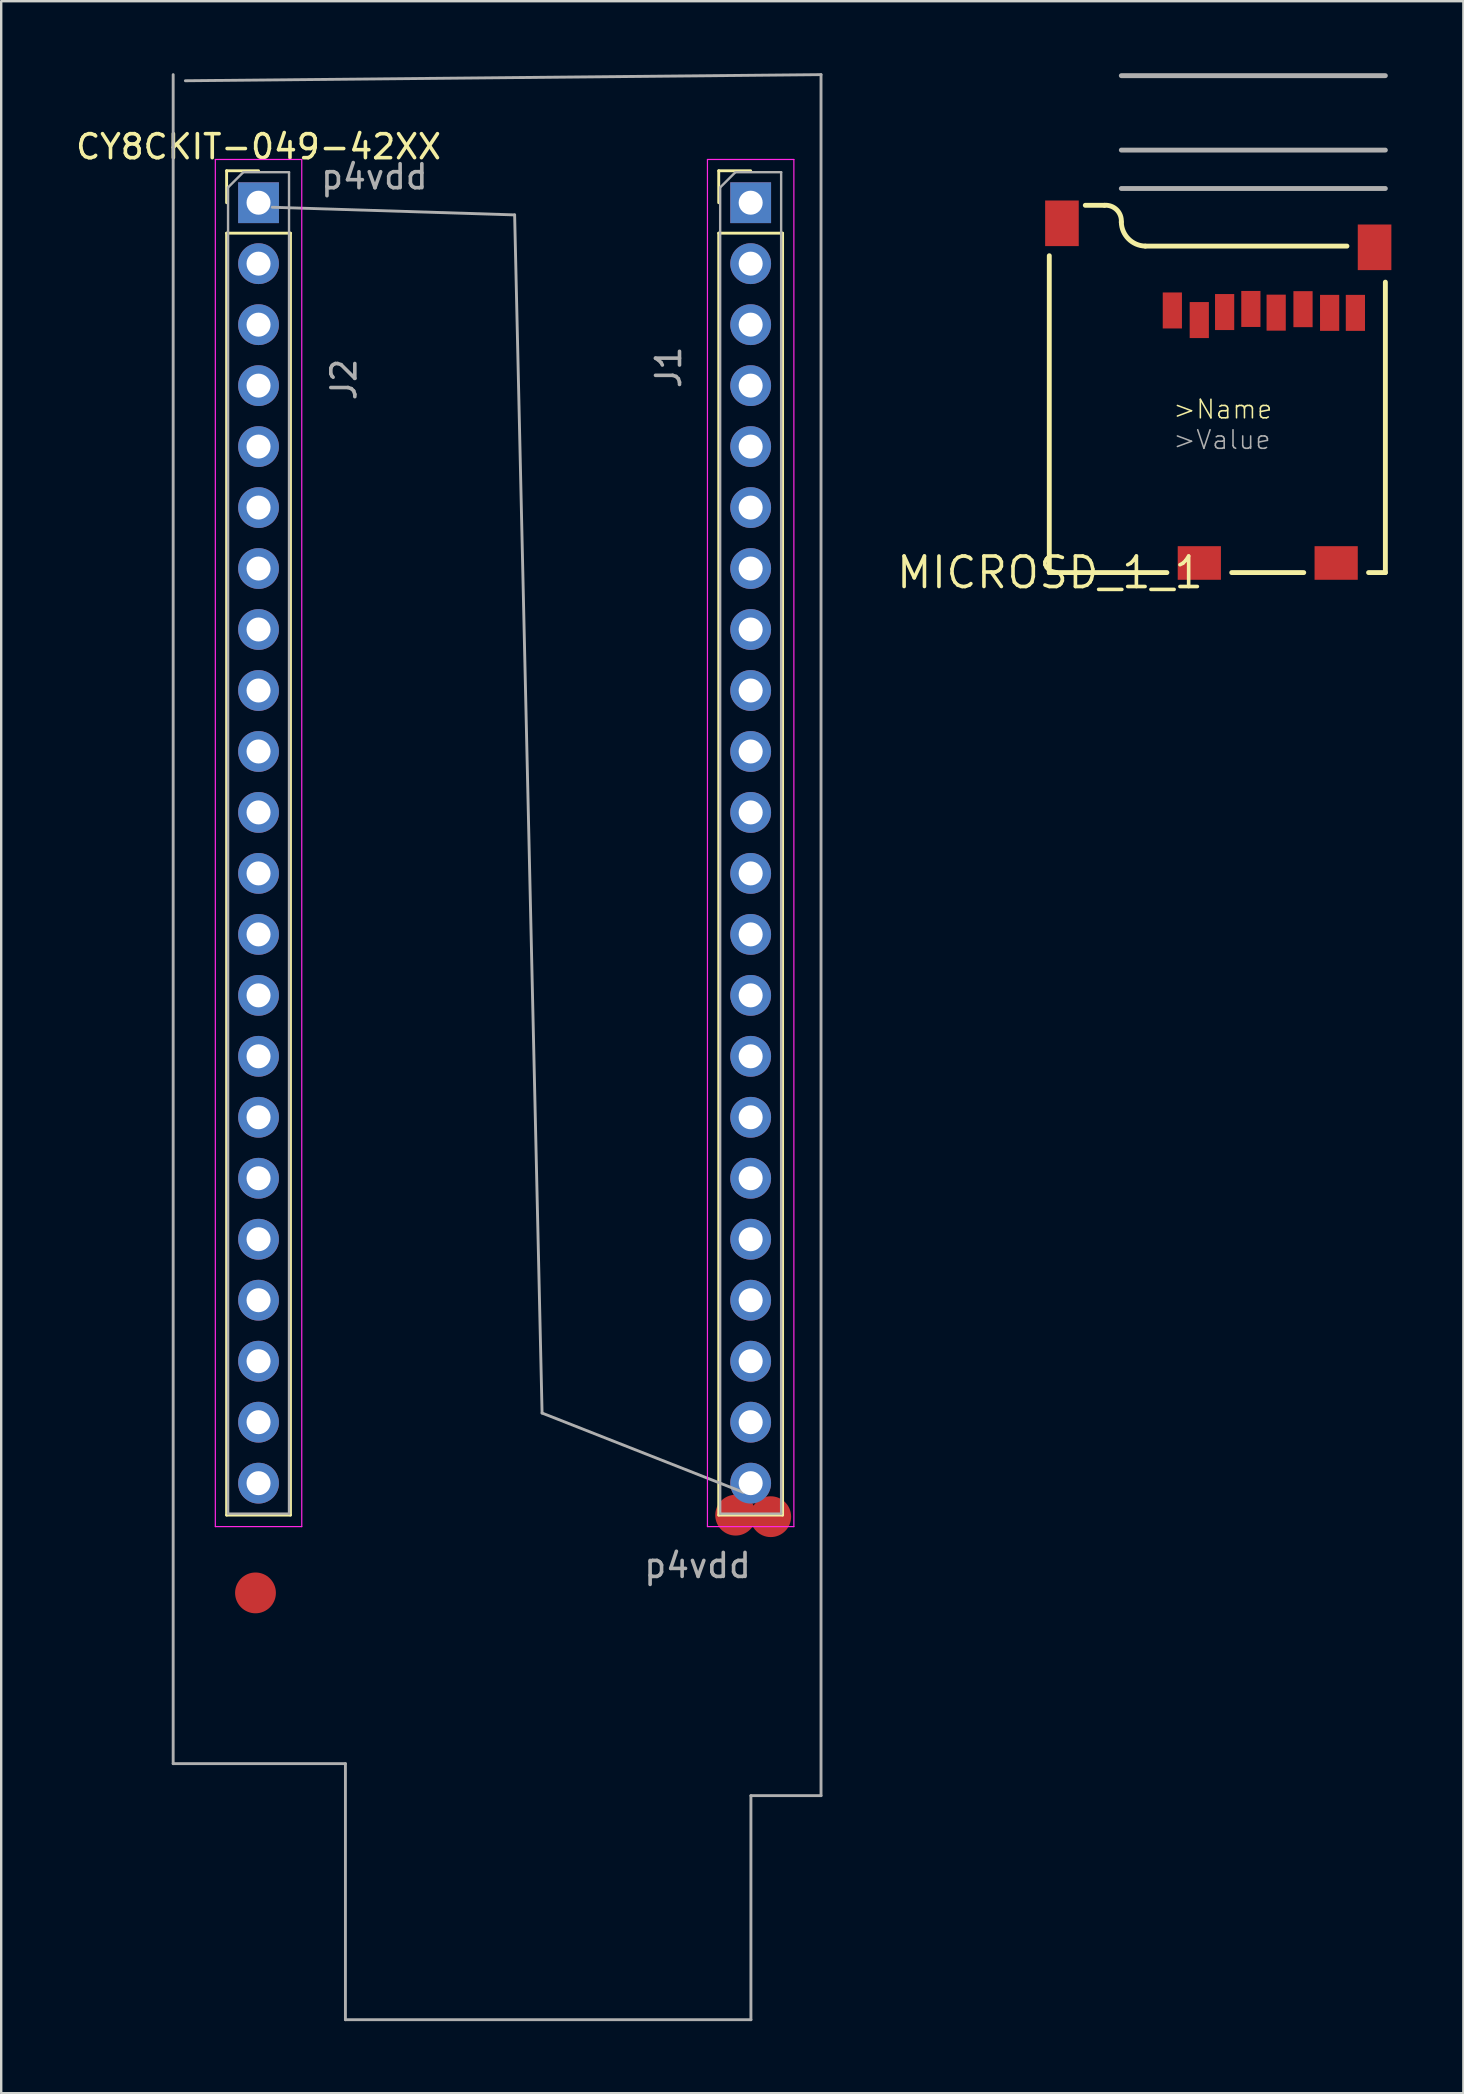
<source format=kicad_pcb>
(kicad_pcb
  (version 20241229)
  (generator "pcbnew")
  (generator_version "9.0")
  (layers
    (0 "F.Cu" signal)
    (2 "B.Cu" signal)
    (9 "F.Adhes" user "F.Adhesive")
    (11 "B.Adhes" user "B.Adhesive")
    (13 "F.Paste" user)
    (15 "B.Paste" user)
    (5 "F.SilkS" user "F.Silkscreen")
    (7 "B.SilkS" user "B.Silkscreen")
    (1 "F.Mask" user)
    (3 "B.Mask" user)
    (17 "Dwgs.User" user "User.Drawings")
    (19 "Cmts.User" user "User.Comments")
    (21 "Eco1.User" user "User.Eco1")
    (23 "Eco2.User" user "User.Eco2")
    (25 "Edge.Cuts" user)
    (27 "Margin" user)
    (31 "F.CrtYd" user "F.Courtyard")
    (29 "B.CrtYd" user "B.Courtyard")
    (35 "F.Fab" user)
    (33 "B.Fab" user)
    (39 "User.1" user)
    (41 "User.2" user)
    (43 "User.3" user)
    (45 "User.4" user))
  (footprint "MICROSD_1_1"
    (layer "F.Cu")
    (at 40.69 20.802)
    (property "Reference" "MICROSD_1_1" (at 0 0 0) (layer "F.SilkS") (effects (font (size 1.27 1.27) (thickness 0.15))))
    (attr through_hole)
    (fp_line (start -0.03 0) (end -0.03 -13.2) (stroke (width 0.203) (type solid)) (layer "F.SilkS"))
    (fp_line (start -0.03 0) (end 4.87 0) (stroke (width 0.203) (type solid)) (layer "F.SilkS"))
    (fp_line (start 2.27 -15.3) (end 1.47 -15.3) (stroke (width 0.203) (type solid)) (layer "F.SilkS"))
    (fp_line (start 3.97 -13.6) (end 12.37 -13.6) (stroke (width 0.203) (type solid)) (layer "F.SilkS"))
    (fp_line (start 10.57 0) (end 7.57 0) (stroke (width 0.203) (type solid)) (layer "F.SilkS"))
    (fp_line (start 13.97 -12.1) (end 13.97 0) (stroke (width 0.203) (type solid)) (layer "F.SilkS"))
    (fp_line (start 13.97 0) (end 13.27 0) (stroke (width 0.203) (type solid)) (layer "F.SilkS"))
    (fp_arc (start 2.27 -15.3) (mid 2.780977 -15.110977) (end 2.97 -14.6) (stroke (width 0.2032) (type solid)) (layer "F.SilkS"))
    (fp_arc (start 3.969998 -13.6) (mid 3.269999 -13.9) (end 2.97 -14.6) (stroke (width 0.2032) (type solid)) (layer "F.SilkS"))
    (fp_line (start 2.97 -16) (end 13.97 -16) (stroke (width 0.203) (type solid)) (layer "F.Fab"))
    (fp_line (start 13.97 -20.7) (end 2.97 -20.7) (stroke (width 0.203) (type solid)) (layer "F.Fab"))
    (fp_line (start 13.97 -17.6) (end 2.97 -17.6) (stroke (width 0.203) (type solid)) (layer "F.Fab"))
    (fp_text user ">Name" (at 5.08 -6.35 0) (layer "F.SilkS") (effects (font (size 0.772 0.772) (thickness 0.065)) (justify left bottom)))
    (fp_text user ">Value" (at 5.08 -5.08 0) (layer "F.Fab") (effects (font (size 0.772 0.772) (thickness 0.065)) (justify left bottom)))
    (pad "1" smd rect (at 5.096 -10.919) (size 0.8 1.5) (layers "F.Cu" "F.Mask" "F.Paste"))
    (pad "2" smd rect (at 6.218 -10.519) (size 0.8 1.5) (layers "F.Cu" "F.Mask" "F.Paste"))
    (pad "3" smd rect (at 7.274 -10.853) (size 0.8 1.5) (layers "F.Cu" "F.Mask" "F.Paste"))
    (pad "4" smd rect (at 8.367 -10.982) (size 0.8 1.5) (layers "F.Cu" "F.Mask" "F.Paste"))
    (pad "5" smd rect (at 9.421 -10.828) (size 0.8 1.5) (layers "F.Cu" "F.Mask" "F.Paste"))
    (pad "6" smd rect (at 10.539 -10.973) (size 0.8 1.5) (layers "F.Cu" "F.Mask" "F.Paste"))
    (pad "7" smd rect (at 11.648 -10.819) (size 0.8 1.5) (layers "F.Cu" "F.Mask" "F.Paste"))
    (pad "8" smd rect (at 12.721 -10.819) (size 0.8 1.5) (layers "F.Cu" "F.Mask" "F.Paste"))
    (pad "CD1" smd rect (at 11.92 -0.4) (size 1.8 1.4) (layers "F.Cu" "F.Mask" "F.Paste"))
    (pad "CD2" smd rect (at 6.22 -0.4) (size 1.8 1.4) (layers "F.Cu" "F.Mask" "F.Paste"))
    (pad "GND1" smd rect (at 0.497 -14.55) (size 1.4 1.9) (layers "F.Cu" "F.Mask" "F.Paste"))
    (pad "GND3" smd rect (at 13.52 -13.55) (size 1.4 1.9) (layers "F.Cu" "F.Mask" "F.Paste")))
  (footprint "CY8CKIT-049-42XX"
    (layer "F.Cu")
    (at 7.72 5.33)
    (property "Reference" "CY8CKIT-049-42XX" (at 0 -2.267 0) (layer "F.SilkS") (effects (font (size 1 1) (thickness 0.15))))
    (attr through_hole)
    (fp_line (start -1.33 -1.266) (end 0 -1.266) (stroke (width 0.12) (type solid)) (layer "F.SilkS"))
    (fp_line (start -1.33 0.064) (end -1.33 -1.266) (stroke (width 0.12) (type solid)) (layer "F.SilkS"))
    (fp_line (start -1.33 1.333) (end -1.33 54.733) (stroke (width 0.12) (type solid)) (layer "F.SilkS"))
    (fp_line (start -1.33 1.333) (end 1.33 1.333) (stroke (width 0.12) (type solid)) (layer "F.SilkS"))
    (fp_line (start -1.33 54.733) (end 1.33 54.733) (stroke (width 0.12) (type solid)) (layer "F.SilkS"))
    (fp_line (start 1.33 1.333) (end 1.33 54.733) (stroke (width 0.12) (type solid)) (layer "F.SilkS"))
    (fp_line (start 19.17 -1.266) (end 20.5 -1.266) (stroke (width 0.12) (type solid)) (layer "F.SilkS"))
    (fp_line (start 19.17 0.064) (end 19.17 -1.266) (stroke (width 0.12) (type solid)) (layer "F.SilkS"))
    (fp_line (start 19.17 1.333) (end 19.17 54.733) (stroke (width 0.12) (type solid)) (layer "F.SilkS"))
    (fp_line (start 19.17 1.333) (end 21.83 1.333) (stroke (width 0.12) (type solid)) (layer "F.SilkS"))
    (fp_line (start 19.17 54.733) (end 21.83 54.733) (stroke (width 0.12) (type solid)) (layer "F.SilkS"))
    (fp_line (start 21.83 1.333) (end 21.83 54.733) (stroke (width 0.12) (type solid)) (layer "F.SilkS"))
    (fp_line (start -1.8 -1.736) (end -1.8 55.214) (stroke (width 0.05) (type solid)) (layer "F.CrtYd"))
    (fp_line (start -1.8 55.214) (end 1.8 55.214) (stroke (width 0.05) (type solid)) (layer "F.CrtYd"))
    (fp_line (start 1.8 -1.736) (end -1.8 -1.736) (stroke (width 0.05) (type solid)) (layer "F.CrtYd"))
    (fp_line (start 1.8 55.214) (end 1.8 -1.736) (stroke (width 0.05) (type solid)) (layer "F.CrtYd"))
    (fp_line (start 18.7 -1.736) (end 18.7 55.214) (stroke (width 0.05) (type solid)) (layer "F.CrtYd"))
    (fp_line (start 18.7 55.214) (end 22.3 55.214) (stroke (width 0.05) (type solid)) (layer "F.CrtYd"))
    (fp_line (start 22.3 -1.736) (end 18.7 -1.736) (stroke (width 0.05) (type solid)) (layer "F.CrtYd"))
    (fp_line (start 22.3 55.214) (end 22.3 -1.736) (stroke (width 0.05) (type solid)) (layer "F.CrtYd"))
    (fp_line (start -3.556 65.088) (end -3.556 -5.271) (stroke (width 0.12) (type solid)) (layer "F.Fab"))
    (fp_line (start -3.048 -5.016) (end 23.431 -5.271) (stroke (width 0.12) (type solid)) (layer "F.Fab"))
    (fp_line (start -1.27 -0.572) (end -0.635 -1.206) (stroke (width 0.1) (type solid)) (layer "F.Fab"))
    (fp_line (start -1.27 54.673) (end -1.27 -0.572) (stroke (width 0.1) (type solid)) (layer "F.Fab"))
    (fp_line (start -0.635 -1.206) (end 1.27 -1.206) (stroke (width 0.1) (type solid)) (layer "F.Fab"))
    (fp_line (start 0.572 0.254) (end 10.668 0.572) (stroke (width 0.12) (type solid)) (layer "F.Fab"))
    (fp_line (start 1.27 -1.206) (end 1.27 54.673) (stroke (width 0.1) (type solid)) (layer "F.Fab"))
    (fp_line (start 1.27 54.673) (end -1.27 54.673) (stroke (width 0.1) (type solid)) (layer "F.Fab"))
    (fp_line (start 3.619 65.088) (end -3.556 65.088) (stroke (width 0.12) (type solid)) (layer "F.Fab"))
    (fp_line (start 3.619 75.755) (end 3.619 65.088) (stroke (width 0.12) (type solid)) (layer "F.Fab"))
    (fp_line (start 10.668 0.572) (end 11.811 50.483) (stroke (width 0.12) (type solid)) (layer "F.Fab"))
    (fp_line (start 11.811 50.483) (end 20.193 53.785) (stroke (width 0.12) (type solid)) (layer "F.Fab"))
    (fp_line (start 19.23 -0.572) (end 19.865 -1.206) (stroke (width 0.1) (type solid)) (layer "F.Fab"))
    (fp_line (start 19.23 54.673) (end 19.23 -0.572) (stroke (width 0.1) (type solid)) (layer "F.Fab"))
    (fp_line (start 19.865 -1.206) (end 21.77 -1.206) (stroke (width 0.1) (type solid)) (layer "F.Fab"))
    (fp_line (start 20.511 66.421) (end 20.511 75.755) (stroke (width 0.12) (type solid)) (layer "F.Fab"))
    (fp_line (start 20.511 75.755) (end 3.619 75.755) (stroke (width 0.12) (type solid)) (layer "F.Fab"))
    (fp_line (start 21.77 -1.206) (end 21.77 54.673) (stroke (width 0.1) (type solid)) (layer "F.Fab"))
    (fp_line (start 21.77 54.673) (end 19.23 54.673) (stroke (width 0.1) (type solid)) (layer "F.Fab"))
    (fp_line (start 23.431 -5.271) (end 23.431 66.421) (stroke (width 0.12) (type solid)) (layer "F.Fab"))
    (fp_line (start 23.431 66.421) (end 20.511 66.421) (stroke (width 0.12) (type solid)) (layer "F.Fab"))
    (fp_text user "J1" (at 17.081 6.921 90) (layer "F.Fab") (effects (font (size 1 1) (thickness 0.15))))
    (fp_text user "p4vdd" (at 18.288 56.833 0) (layer "F.Fab") (effects (font (size 1 1) (thickness 0.15))))
    (fp_text user "J2" (at 3.556 7.429 90) (layer "F.Fab") (effects (font (size 1 1) (thickness 0.15))))
    (fp_text user "p4vdd" (at 4.826 -1.016 0) (layer "F.Fab") (effects (font (size 1 1) (thickness 0.15))))
    (pad "1" thru_hole oval (at 20.5 50.864) (size 1.7 1.7) (drill 1) (layers "*.Cu" "*.Mask"))
    (pad "2" thru_hole oval (at 0 50.864) (size 1.7 1.7) (drill 1) (layers "*.Cu" "*.Mask"))
    (pad "3" thru_hole oval (at 0 48.324) (size 1.7 1.7) (drill 1) (layers "*.Cu" "*.Mask"))
    (pad "4" thru_hole oval (at 0 45.783) (size 1.7 1.7) (drill 1) (layers "*.Cu" "*.Mask"))
    (pad "5" thru_hole oval (at 0 43.243) (size 1.7 1.7) (drill 1) (layers "*.Cu" "*.Mask"))
    (pad "6" thru_hole oval (at 0 40.703) (size 1.7 1.7) (drill 1) (layers "*.Cu" "*.Mask"))
    (pad "7" thru_hole oval (at 0 38.163) (size 1.7 1.7) (drill 1) (layers "*.Cu" "*.Mask"))
    (pad "8" thru_hole oval (at 0 35.623) (size 1.7 1.7) (drill 1) (layers "*.Cu" "*.Mask"))
    (pad "9" thru_hole oval (at 0 33.084) (size 1.7 1.7) (drill 1) (layers "*.Cu" "*.Mask"))
    (pad "10" thru_hole oval (at 0 2.603) (size 1.7 1.7) (drill 1) (layers "*.Cu" "*.Mask"))
    (pad "11" thru_hole oval (at 0 30.544) (size 1.7 1.7) (drill 1) (layers "*.Cu" "*.Mask"))
    (pad "12" thru_hole oval (at 0 28.003) (size 1.7 1.7) (drill 1) (layers "*.Cu" "*.Mask"))
    (pad "13" thru_hole oval (at 0 10.223) (size 1.7 1.7) (drill 1) (layers "*.Cu" "*.Mask"))
    (pad "13" thru_hole oval (at 0 25.463) (size 1.7 1.7) (drill 1) (layers "*.Cu" "*.Mask"))
    (pad "14" thru_hole oval (at 0 7.684) (size 1.7 1.7) (drill 1) (layers "*.Cu" "*.Mask"))
    (pad "14" thru_hole oval (at 0 22.924) (size 1.7 1.7) (drill 1) (layers "*.Cu" "*.Mask"))
    (pad "15" thru_hole oval (at 0 20.384) (size 1.7 1.7) (drill 1) (layers "*.Cu" "*.Mask"))
    (pad "16" thru_hole oval (at 0 17.843) (size 1.7 1.7) (drill 1) (layers "*.Cu" "*.Mask"))
    (pad "17" thru_hole oval (at 0 15.303) (size 1.7 1.7) (drill 1) (layers "*.Cu" "*.Mask"))
    (pad "18" thru_hole oval (at 0 12.764) (size 1.7 1.7) (drill 1) (layers "*.Cu" "*.Mask"))
    (pad "19" thru_hole rect (at 0 0.064) (size 1.7 1.7) (drill 1) (layers "*.Cu" "*.Mask"))
    (pad "19" thru_hole oval (at 20.5 53.404) (size 1.7 1.7) (drill 1) (layers "*.Cu" "*.Mask"))
    (pad "20" thru_hole rect (at 20.5 0.064) (size 1.7 1.7) (drill 1) (layers "*.Cu" "*.Mask"))
    (pad "21" thru_hole oval (at 20.5 2.603) (size 1.7 1.7) (drill 1) (layers "*.Cu" "*.Mask"))
    (pad "22" thru_hole oval (at 20.5 5.144) (size 1.7 1.7) (drill 1) (layers "*.Cu" "*.Mask"))
    (pad "23" thru_hole oval (at 20.5 7.684) (size 1.7 1.7) (drill 1) (layers "*.Cu" "*.Mask"))
    (pad "24" thru_hole oval (at 20.5 10.223) (size 1.7 1.7) (drill 1) (layers "*.Cu" "*.Mask"))
    (pad "25" thru_hole oval (at 20.5 12.764) (size 1.7 1.7) (drill 1) (layers "*.Cu" "*.Mask"))
    (pad "26" thru_hole oval (at 20.5 15.303) (size 1.7 1.7) (drill 1) (layers "*.Cu" "*.Mask"))
    (pad "27" thru_hole oval (at 20.5 17.843) (size 1.7 1.7) (drill 1) (layers "*.Cu" "*.Mask"))
    (pad "28" thru_hole oval (at 20.5 20.384) (size 1.7 1.7) (drill 1) (layers "*.Cu" "*.Mask"))
    (pad "29" thru_hole oval (at 20.5 22.924) (size 1.7 1.7) (drill 1) (layers "*.Cu" "*.Mask"))
    (pad "30" thru_hole oval (at 20.5 25.463) (size 1.7 1.7) (drill 1) (layers "*.Cu" "*.Mask"))
    (pad "31" thru_hole oval (at 20.5 28.003) (size 1.7 1.7) (drill 1) (layers "*.Cu" "*.Mask"))
    (pad "32" thru_hole oval (at 0 5.144) (size 1.7 1.7) (drill 1) (layers "*.Cu" "*.Mask"))
    (pad "33" smd oval (at -0.127 57.975) (size 1.7 1.7) (layers "F.Cu" "F.Mask" "F.Paste"))
    (pad "34" smd oval (at 19.875 54.737) (size 1.7 1.7) (layers "F.Cu" "F.Mask" "F.Paste"))
    (pad "35" smd oval (at 21.336 54.8) (size 1.7 1.7) (layers "F.Cu" "F.Mask" "F.Paste"))
    (pad "36" thru_hole oval (at 0 53.404) (size 1.7 1.7) (drill 1) (layers "*.Cu" "*.Mask"))
    (pad "37" thru_hole oval (at 20.5 30.544) (size 1.7 1.7) (drill 1) (layers "*.Cu" "*.Mask"))
    (pad "38" thru_hole oval (at 20.5 33.084) (size 1.7 1.7) (drill 1) (layers "*.Cu" "*.Mask"))
    (pad "39" thru_hole oval (at 20.5 35.623) (size 1.7 1.7) (drill 1) (layers "*.Cu" "*.Mask"))
    (pad "40" thru_hole oval (at 20.5 38.163) (size 1.7 1.7) (drill 1) (layers "*.Cu" "*.Mask"))
    (pad "41" thru_hole oval (at 20.5 40.703) (size 1.7 1.7) (drill 1) (layers "*.Cu" "*.Mask"))
    (pad "42" thru_hole oval (at 20.5 43.243) (size 1.7 1.7) (drill 1) (layers "*.Cu" "*.Mask"))
    (pad "43" thru_hole oval (at 20.5 45.783) (size 1.7 1.7) (drill 1) (layers "*.Cu" "*.Mask"))
    (pad "44" thru_hole oval (at 20.5 48.324) (size 1.7 1.7) (drill 1) (layers "*.Cu" "*.Mask")))
  (gr_rect
    (start -3 -3)
    (end 57.91 84.146)
    (stroke (width 0.1) (type default))
    (fill no)
    (layer "Edge.Cuts")))
</source>
